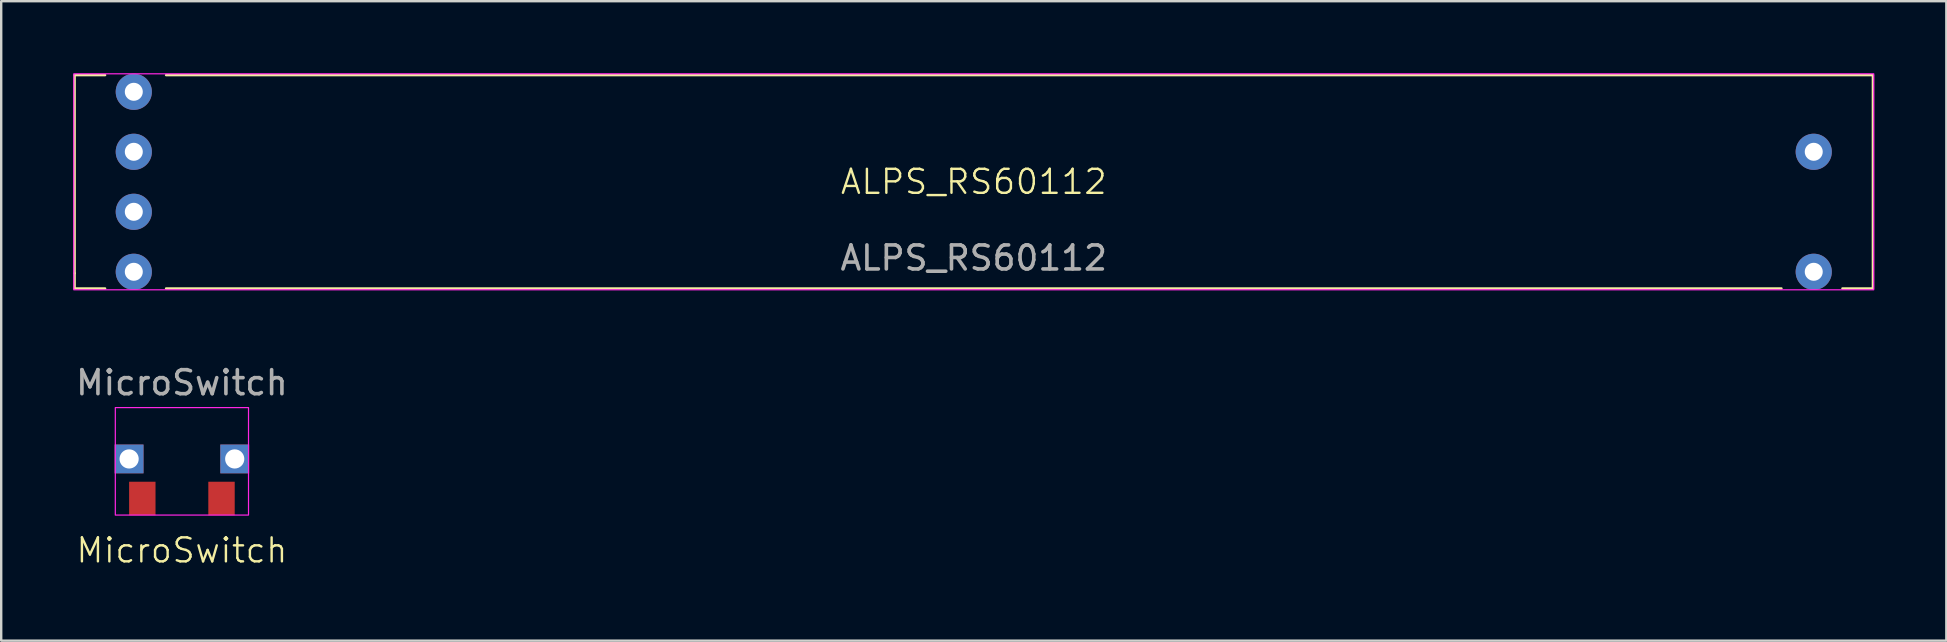
<source format=kicad_pcb>
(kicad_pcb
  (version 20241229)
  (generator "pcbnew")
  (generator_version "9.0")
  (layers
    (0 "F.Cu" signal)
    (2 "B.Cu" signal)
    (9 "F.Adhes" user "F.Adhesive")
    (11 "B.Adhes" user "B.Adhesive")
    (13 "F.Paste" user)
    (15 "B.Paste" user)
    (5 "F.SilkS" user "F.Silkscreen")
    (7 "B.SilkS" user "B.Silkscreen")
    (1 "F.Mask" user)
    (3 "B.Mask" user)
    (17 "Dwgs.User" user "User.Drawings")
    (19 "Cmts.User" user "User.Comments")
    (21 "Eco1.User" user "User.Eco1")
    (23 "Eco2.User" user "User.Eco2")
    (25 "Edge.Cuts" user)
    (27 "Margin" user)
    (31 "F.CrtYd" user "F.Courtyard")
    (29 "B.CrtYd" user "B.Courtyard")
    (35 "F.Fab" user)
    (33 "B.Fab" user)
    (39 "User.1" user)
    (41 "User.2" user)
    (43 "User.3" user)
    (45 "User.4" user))
  (footprint "MicroSwitch"
    (layer "F.Cu")
    (at 4.53 16.073)
    (property "Reference" "MicroSwitch" (at 0 3.81 0) (unlocked yes) (layer "F.SilkS") (effects (font (size 1 1) (thickness 0.1))))
    (attr smd)
    (fp_rect (start -2.775 -2.14) (end 2.775 2.34) (stroke (width 0.05) (type default)) (fill no) (layer "F.CrtYd"))
    (fp_rect (start -2.25 -0.85) (end 2.25 1.65) (stroke (width 0.1) (type default)) (fill no) (layer "User.1"))
    (fp_rect (start -0.5 -2.05) (end 0.5 -0.85) (stroke (width 0.1) (type default)) (fill no) (layer "User.1"))
    (fp_text user "${REFERENCE}" (at 0 -3.175 0) (unlocked yes) (layer "F.Fab") (effects (font (size 1 1) (thickness 0.15))))
    (pad "1" smd rect (at -1.65 1.65) (size 1.1 1.4) (layers "F.Cu" "F.Mask" "F.Paste"))
    (pad "2" smd rect (at 1.65 1.65) (size 1.1 1.4) (layers "F.Cu" "F.Mask" "F.Paste"))
    (pad "MP" thru_hole rect (at -2.2 0) (size 1.2 1.2) (drill 0.8) (layers "*.Cu" "*.Mask"))
    (pad "MP" thru_hole rect (at 2.2 0) (size 1.2 1.2) (drill 0.8) (layers "*.Cu" "*.Mask")))
  (footprint "ALPS_RS60112"
    (layer "F.Cu")
    (at 37.525 4.525)
    (property "Reference" "ALPS_RS60112" (at 0 0 0) (unlocked yes) (layer "F.SilkS") (effects (font (size 1 1) (thickness 0.1))))
    (attr through_hole)
    (fp_line (start -37.465 -4.445) (end -37.465 3.81) (stroke (width 0.1) (type default)) (layer "F.SilkS"))
    (fp_line (start -37.465 -4.445) (end -36.195 -4.445) (stroke (width 0.1) (type default)) (layer "F.SilkS"))
    (fp_line (start -37.465 3.81) (end -37.465 4.445) (stroke (width 0.1) (type default)) (layer "F.SilkS"))
    (fp_line (start -37.465 4.445) (end -36.195 4.445) (stroke (width 0.1) (type default)) (layer "F.SilkS"))
    (fp_line (start -33.655 4.445) (end 33.655 4.445) (stroke (width 0.1) (type default)) (layer "F.SilkS"))
    (fp_line (start 36.195 4.445) (end 37.465 4.445) (stroke (width 0.1) (type default)) (layer "F.SilkS"))
    (fp_line (start 37.465 -4.445) (end -33.655 -4.445) (stroke (width 0.1) (type default)) (layer "F.SilkS"))
    (fp_line (start 37.465 4.445) (end 37.465 -4.445) (stroke (width 0.1) (type default)) (layer "F.SilkS"))
    (fp_rect (start -37.5 -4.5) (end 37.5 4.5) (stroke (width 0.05) (type default)) (fill no) (layer "F.CrtYd"))
    (fp_rect (start -35 -0.6) (end 35 0.6) (stroke (width 0.1) (type default)) (fill no) (layer "User.1"))
    (fp_circle (center -36 0) (end -34.75 0) (stroke (width 0.1) (type default)) (fill no) (layer "User.1"))
    (fp_circle (center 36 0) (end 37.25 0) (stroke (width 0.1) (type default)) (fill no) (layer "User.1"))
    (fp_text user "${REFERENCE}" (at 0 3.175 0) (unlocked yes) (layer "F.Fab") (effects (font (size 1 1) (thickness 0.15))))
    (pad "1" thru_hole circle (at -35 3.75) (size 1.508 1.508) (drill 0.75) (layers "*.Cu" "*.Mask"))
    (pad "2" thru_hole circle (at -35 1.25) (size 1.508 1.508) (drill 0.75) (layers "*.Cu" "*.Mask"))
    (pad "3" thru_hole circle (at 35 3.75) (size 1.508 1.508) (drill 0.75) (layers "*.Cu" "*.Mask"))
    (pad "4" thru_hole circle (at -35 -1.25) (size 1.508 1.508) (drill 0.75) (layers "*.Cu" "*.Mask"))
    (pad "5" thru_hole circle (at -35 -3.75) (size 1.508 1.508) (drill 0.75) (layers "*.Cu" "*.Mask"))
    (pad "6" thru_hole circle (at 35 -1.25) (size 1.508 1.508) (drill 0.75) (layers "*.Cu" "*.Mask")))
  (gr_rect
    (start -3 -3)
    (end 78.05 23.644)
    (stroke (width 0.1) (type default))
    (fill no)
    (layer "Edge.Cuts")))
</source>
